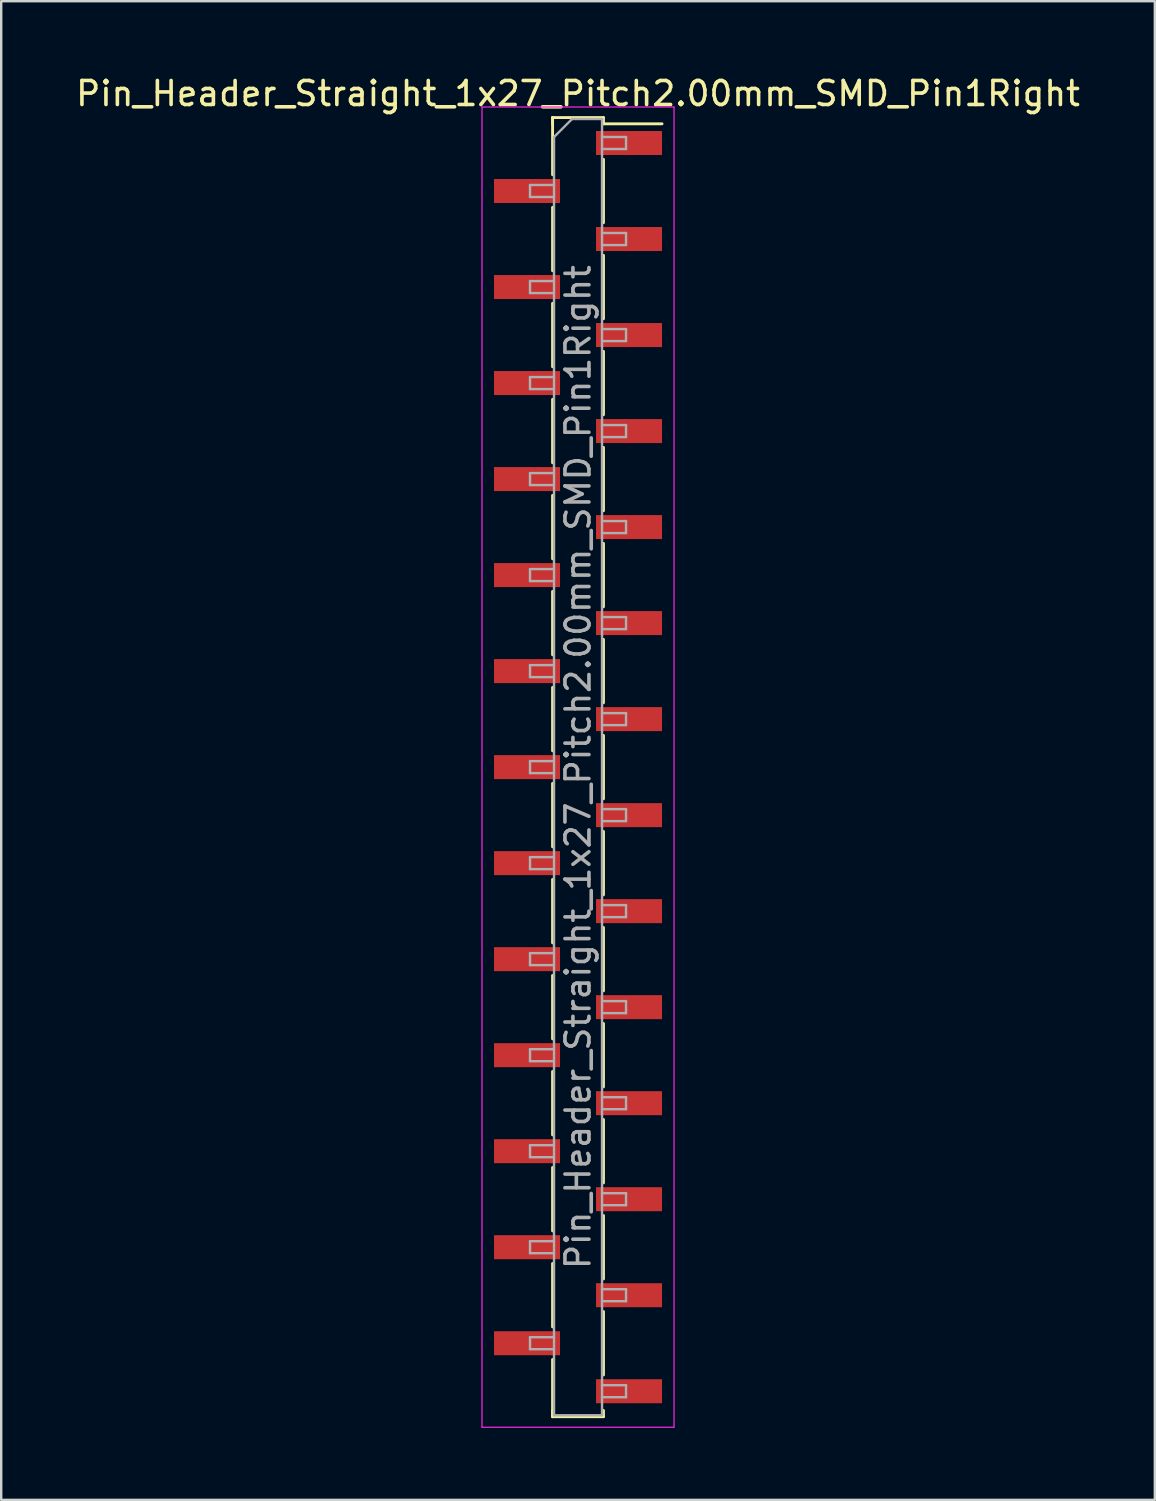
<source format=kicad_pcb>
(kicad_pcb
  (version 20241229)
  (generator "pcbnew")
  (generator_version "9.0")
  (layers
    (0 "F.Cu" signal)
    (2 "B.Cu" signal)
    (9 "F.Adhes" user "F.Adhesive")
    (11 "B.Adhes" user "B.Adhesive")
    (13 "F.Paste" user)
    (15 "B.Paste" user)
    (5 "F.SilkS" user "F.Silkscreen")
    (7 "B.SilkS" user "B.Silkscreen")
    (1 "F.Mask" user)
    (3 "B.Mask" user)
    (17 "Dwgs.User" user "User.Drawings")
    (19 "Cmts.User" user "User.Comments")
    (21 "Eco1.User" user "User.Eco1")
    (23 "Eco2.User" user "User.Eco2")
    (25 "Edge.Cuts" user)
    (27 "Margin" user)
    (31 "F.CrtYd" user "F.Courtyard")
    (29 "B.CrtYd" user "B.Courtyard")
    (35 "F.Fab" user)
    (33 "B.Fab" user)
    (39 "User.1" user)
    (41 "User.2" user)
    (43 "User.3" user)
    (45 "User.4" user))
  (footprint "Pin_Header_Straight_1x27_Pitch2.00mm_SMD_Pin1Right"
    (layer "F.Cu")
    (at 21.03 28.908)
    (property "Reference" "Pin_Header_Straight_1x27_Pitch2.00mm_SMD_Pin1Right" (at 0 -28.06 0) (layer "F.SilkS") (effects (font (size 1 1) (thickness 0.15))))
    (attr smd)
    (fp_line (start -1.06 -27.06) (end -1.06 -24.68) (stroke (width 0.12) (type solid)) (layer "F.SilkS"))
    (fp_line (start -1.06 -27.06) (end 1.06 -27.06) (stroke (width 0.12) (type solid)) (layer "F.SilkS"))
    (fp_line (start -1.06 -26.8) (end -1.06 -27.06) (stroke (width 0.12) (type solid)) (layer "F.SilkS"))
    (fp_line (start -1.06 -23.32) (end -1.06 -20.68) (stroke (width 0.12) (type solid)) (layer "F.SilkS"))
    (fp_line (start -1.06 -19.32) (end -1.06 -16.68) (stroke (width 0.12) (type solid)) (layer "F.SilkS"))
    (fp_line (start -1.06 -15.32) (end -1.06 -12.68) (stroke (width 0.12) (type solid)) (layer "F.SilkS"))
    (fp_line (start -1.06 -11.32) (end -1.06 -8.68) (stroke (width 0.12) (type solid)) (layer "F.SilkS"))
    (fp_line (start -1.06 -7.32) (end -1.06 -4.68) (stroke (width 0.12) (type solid)) (layer "F.SilkS"))
    (fp_line (start -1.06 -3.32) (end -1.06 -0.68) (stroke (width 0.12) (type solid)) (layer "F.SilkS"))
    (fp_line (start -1.06 0.68) (end -1.06 3.32) (stroke (width 0.12) (type solid)) (layer "F.SilkS"))
    (fp_line (start -1.06 4.68) (end -1.06 7.32) (stroke (width 0.12) (type solid)) (layer "F.SilkS"))
    (fp_line (start -1.06 8.68) (end -1.06 11.32) (stroke (width 0.12) (type solid)) (layer "F.SilkS"))
    (fp_line (start -1.06 12.68) (end -1.06 15.32) (stroke (width 0.12) (type solid)) (layer "F.SilkS"))
    (fp_line (start -1.06 16.68) (end -1.06 19.32) (stroke (width 0.12) (type solid)) (layer "F.SilkS"))
    (fp_line (start -1.06 20.68) (end -1.06 23.32) (stroke (width 0.12) (type solid)) (layer "F.SilkS"))
    (fp_line (start -1.06 24.68) (end -1.06 27.06) (stroke (width 0.12) (type solid)) (layer "F.SilkS"))
    (fp_line (start -1.06 26.8) (end -1.06 27.06) (stroke (width 0.12) (type solid)) (layer "F.SilkS"))
    (fp_line (start -1.06 27.06) (end 1.06 27.06) (stroke (width 0.12) (type solid)) (layer "F.SilkS"))
    (fp_line (start 1.06 -27.06) (end 1.06 -26.8) (stroke (width 0.12) (type solid)) (layer "F.SilkS"))
    (fp_line (start 1.06 -26.8) (end 3.5 -26.8) (stroke (width 0.12) (type solid)) (layer "F.SilkS"))
    (fp_line (start 1.06 -25.32) (end 1.06 -22.68) (stroke (width 0.12) (type solid)) (layer "F.SilkS"))
    (fp_line (start 1.06 -21.32) (end 1.06 -18.68) (stroke (width 0.12) (type solid)) (layer "F.SilkS"))
    (fp_line (start 1.06 -17.32) (end 1.06 -14.68) (stroke (width 0.12) (type solid)) (layer "F.SilkS"))
    (fp_line (start 1.06 -13.32) (end 1.06 -10.68) (stroke (width 0.12) (type solid)) (layer "F.SilkS"))
    (fp_line (start 1.06 -9.32) (end 1.06 -6.68) (stroke (width 0.12) (type solid)) (layer "F.SilkS"))
    (fp_line (start 1.06 -5.32) (end 1.06 -2.68) (stroke (width 0.12) (type solid)) (layer "F.SilkS"))
    (fp_line (start 1.06 -1.32) (end 1.06 1.32) (stroke (width 0.12) (type solid)) (layer "F.SilkS"))
    (fp_line (start 1.06 2.68) (end 1.06 5.32) (stroke (width 0.12) (type solid)) (layer "F.SilkS"))
    (fp_line (start 1.06 6.68) (end 1.06 9.32) (stroke (width 0.12) (type solid)) (layer "F.SilkS"))
    (fp_line (start 1.06 10.68) (end 1.06 13.32) (stroke (width 0.12) (type solid)) (layer "F.SilkS"))
    (fp_line (start 1.06 14.68) (end 1.06 17.32) (stroke (width 0.12) (type solid)) (layer "F.SilkS"))
    (fp_line (start 1.06 18.68) (end 1.06 21.32) (stroke (width 0.12) (type solid)) (layer "F.SilkS"))
    (fp_line (start 1.06 22.68) (end 1.06 25.32) (stroke (width 0.12) (type solid)) (layer "F.SilkS"))
    (fp_line (start 1.06 27.06) (end 1.06 26.8) (stroke (width 0.12) (type solid)) (layer "F.SilkS"))
    (fp_line (start -4 -27.5) (end -4 27.5) (stroke (width 0.05) (type solid)) (layer "F.CrtYd"))
    (fp_line (start -4 27.5) (end 4 27.5) (stroke (width 0.05) (type solid)) (layer "F.CrtYd"))
    (fp_line (start 4 -27.5) (end -4 -27.5) (stroke (width 0.05) (type solid)) (layer "F.CrtYd"))
    (fp_line (start 4 27.5) (end 4 -27.5) (stroke (width 0.05) (type solid)) (layer "F.CrtYd"))
    (fp_line (start -2 -24.25) (end -2 -23.75) (stroke (width 0.1) (type solid)) (layer "F.Fab"))
    (fp_line (start -2 -23.75) (end -1 -23.75) (stroke (width 0.1) (type solid)) (layer "F.Fab"))
    (fp_line (start -2 -20.25) (end -2 -19.75) (stroke (width 0.1) (type solid)) (layer "F.Fab"))
    (fp_line (start -2 -19.75) (end -1 -19.75) (stroke (width 0.1) (type solid)) (layer "F.Fab"))
    (fp_line (start -2 -16.25) (end -2 -15.75) (stroke (width 0.1) (type solid)) (layer "F.Fab"))
    (fp_line (start -2 -15.75) (end -1 -15.75) (stroke (width 0.1) (type solid)) (layer "F.Fab"))
    (fp_line (start -2 -12.25) (end -2 -11.75) (stroke (width 0.1) (type solid)) (layer "F.Fab"))
    (fp_line (start -2 -11.75) (end -1 -11.75) (stroke (width 0.1) (type solid)) (layer "F.Fab"))
    (fp_line (start -2 -8.25) (end -2 -7.75) (stroke (width 0.1) (type solid)) (layer "F.Fab"))
    (fp_line (start -2 -7.75) (end -1 -7.75) (stroke (width 0.1) (type solid)) (layer "F.Fab"))
    (fp_line (start -2 -4.25) (end -2 -3.75) (stroke (width 0.1) (type solid)) (layer "F.Fab"))
    (fp_line (start -2 -3.75) (end -1 -3.75) (stroke (width 0.1) (type solid)) (layer "F.Fab"))
    (fp_line (start -2 -0.25) (end -2 0.25) (stroke (width 0.1) (type solid)) (layer "F.Fab"))
    (fp_line (start -2 0.25) (end -1 0.25) (stroke (width 0.1) (type solid)) (layer "F.Fab"))
    (fp_line (start -2 3.75) (end -2 4.25) (stroke (width 0.1) (type solid)) (layer "F.Fab"))
    (fp_line (start -2 4.25) (end -1 4.25) (stroke (width 0.1) (type solid)) (layer "F.Fab"))
    (fp_line (start -2 7.75) (end -2 8.25) (stroke (width 0.1) (type solid)) (layer "F.Fab"))
    (fp_line (start -2 8.25) (end -1 8.25) (stroke (width 0.1) (type solid)) (layer "F.Fab"))
    (fp_line (start -2 11.75) (end -2 12.25) (stroke (width 0.1) (type solid)) (layer "F.Fab"))
    (fp_line (start -2 12.25) (end -1 12.25) (stroke (width 0.1) (type solid)) (layer "F.Fab"))
    (fp_line (start -2 15.75) (end -2 16.25) (stroke (width 0.1) (type solid)) (layer "F.Fab"))
    (fp_line (start -2 16.25) (end -1 16.25) (stroke (width 0.1) (type solid)) (layer "F.Fab"))
    (fp_line (start -2 19.75) (end -2 20.25) (stroke (width 0.1) (type solid)) (layer "F.Fab"))
    (fp_line (start -2 20.25) (end -1 20.25) (stroke (width 0.1) (type solid)) (layer "F.Fab"))
    (fp_line (start -2 23.75) (end -2 24.25) (stroke (width 0.1) (type solid)) (layer "F.Fab"))
    (fp_line (start -2 24.25) (end -1 24.25) (stroke (width 0.1) (type solid)) (layer "F.Fab"))
    (fp_line (start -1 -26.25) (end -0.25 -27) (stroke (width 0.1) (type solid)) (layer "F.Fab"))
    (fp_line (start -1 -24.25) (end -2 -24.25) (stroke (width 0.1) (type solid)) (layer "F.Fab"))
    (fp_line (start -1 -20.25) (end -2 -20.25) (stroke (width 0.1) (type solid)) (layer "F.Fab"))
    (fp_line (start -1 -16.25) (end -2 -16.25) (stroke (width 0.1) (type solid)) (layer "F.Fab"))
    (fp_line (start -1 -12.25) (end -2 -12.25) (stroke (width 0.1) (type solid)) (layer "F.Fab"))
    (fp_line (start -1 -8.25) (end -2 -8.25) (stroke (width 0.1) (type solid)) (layer "F.Fab"))
    (fp_line (start -1 -4.25) (end -2 -4.25) (stroke (width 0.1) (type solid)) (layer "F.Fab"))
    (fp_line (start -1 -0.25) (end -2 -0.25) (stroke (width 0.1) (type solid)) (layer "F.Fab"))
    (fp_line (start -1 3.75) (end -2 3.75) (stroke (width 0.1) (type solid)) (layer "F.Fab"))
    (fp_line (start -1 7.75) (end -2 7.75) (stroke (width 0.1) (type solid)) (layer "F.Fab"))
    (fp_line (start -1 11.75) (end -2 11.75) (stroke (width 0.1) (type solid)) (layer "F.Fab"))
    (fp_line (start -1 15.75) (end -2 15.75) (stroke (width 0.1) (type solid)) (layer "F.Fab"))
    (fp_line (start -1 19.75) (end -2 19.75) (stroke (width 0.1) (type solid)) (layer "F.Fab"))
    (fp_line (start -1 23.75) (end -2 23.75) (stroke (width 0.1) (type solid)) (layer "F.Fab"))
    (fp_line (start -1 27) (end -1 -26.25) (stroke (width 0.1) (type solid)) (layer "F.Fab"))
    (fp_line (start -0.25 -27) (end 1 -27) (stroke (width 0.1) (type solid)) (layer "F.Fab"))
    (fp_line (start 1 -27) (end 1 27) (stroke (width 0.1) (type solid)) (layer "F.Fab"))
    (fp_line (start 1 -26.25) (end 2 -26.25) (stroke (width 0.1) (type solid)) (layer "F.Fab"))
    (fp_line (start 1 -22.25) (end 2 -22.25) (stroke (width 0.1) (type solid)) (layer "F.Fab"))
    (fp_line (start 1 -18.25) (end 2 -18.25) (stroke (width 0.1) (type solid)) (layer "F.Fab"))
    (fp_line (start 1 -14.25) (end 2 -14.25) (stroke (width 0.1) (type solid)) (layer "F.Fab"))
    (fp_line (start 1 -10.25) (end 2 -10.25) (stroke (width 0.1) (type solid)) (layer "F.Fab"))
    (fp_line (start 1 -6.25) (end 2 -6.25) (stroke (width 0.1) (type solid)) (layer "F.Fab"))
    (fp_line (start 1 -2.25) (end 2 -2.25) (stroke (width 0.1) (type solid)) (layer "F.Fab"))
    (fp_line (start 1 1.75) (end 2 1.75) (stroke (width 0.1) (type solid)) (layer "F.Fab"))
    (fp_line (start 1 5.75) (end 2 5.75) (stroke (width 0.1) (type solid)) (layer "F.Fab"))
    (fp_line (start 1 9.75) (end 2 9.75) (stroke (width 0.1) (type solid)) (layer "F.Fab"))
    (fp_line (start 1 13.75) (end 2 13.75) (stroke (width 0.1) (type solid)) (layer "F.Fab"))
    (fp_line (start 1 17.75) (end 2 17.75) (stroke (width 0.1) (type solid)) (layer "F.Fab"))
    (fp_line (start 1 21.75) (end 2 21.75) (stroke (width 0.1) (type solid)) (layer "F.Fab"))
    (fp_line (start 1 25.75) (end 2 25.75) (stroke (width 0.1) (type solid)) (layer "F.Fab"))
    (fp_line (start 1 27) (end -1 27) (stroke (width 0.1) (type solid)) (layer "F.Fab"))
    (fp_line (start 2 -26.25) (end 2 -25.75) (stroke (width 0.1) (type solid)) (layer "F.Fab"))
    (fp_line (start 2 -25.75) (end 1 -25.75) (stroke (width 0.1) (type solid)) (layer "F.Fab"))
    (fp_line (start 2 -22.25) (end 2 -21.75) (stroke (width 0.1) (type solid)) (layer "F.Fab"))
    (fp_line (start 2 -21.75) (end 1 -21.75) (stroke (width 0.1) (type solid)) (layer "F.Fab"))
    (fp_line (start 2 -18.25) (end 2 -17.75) (stroke (width 0.1) (type solid)) (layer "F.Fab"))
    (fp_line (start 2 -17.75) (end 1 -17.75) (stroke (width 0.1) (type solid)) (layer "F.Fab"))
    (fp_line (start 2 -14.25) (end 2 -13.75) (stroke (width 0.1) (type solid)) (layer "F.Fab"))
    (fp_line (start 2 -13.75) (end 1 -13.75) (stroke (width 0.1) (type solid)) (layer "F.Fab"))
    (fp_line (start 2 -10.25) (end 2 -9.75) (stroke (width 0.1) (type solid)) (layer "F.Fab"))
    (fp_line (start 2 -9.75) (end 1 -9.75) (stroke (width 0.1) (type solid)) (layer "F.Fab"))
    (fp_line (start 2 -6.25) (end 2 -5.75) (stroke (width 0.1) (type solid)) (layer "F.Fab"))
    (fp_line (start 2 -5.75) (end 1 -5.75) (stroke (width 0.1) (type solid)) (layer "F.Fab"))
    (fp_line (start 2 -2.25) (end 2 -1.75) (stroke (width 0.1) (type solid)) (layer "F.Fab"))
    (fp_line (start 2 -1.75) (end 1 -1.75) (stroke (width 0.1) (type solid)) (layer "F.Fab"))
    (fp_line (start 2 1.75) (end 2 2.25) (stroke (width 0.1) (type solid)) (layer "F.Fab"))
    (fp_line (start 2 2.25) (end 1 2.25) (stroke (width 0.1) (type solid)) (layer "F.Fab"))
    (fp_line (start 2 5.75) (end 2 6.25) (stroke (width 0.1) (type solid)) (layer "F.Fab"))
    (fp_line (start 2 6.25) (end 1 6.25) (stroke (width 0.1) (type solid)) (layer "F.Fab"))
    (fp_line (start 2 9.75) (end 2 10.25) (stroke (width 0.1) (type solid)) (layer "F.Fab"))
    (fp_line (start 2 10.25) (end 1 10.25) (stroke (width 0.1) (type solid)) (layer "F.Fab"))
    (fp_line (start 2 13.75) (end 2 14.25) (stroke (width 0.1) (type solid)) (layer "F.Fab"))
    (fp_line (start 2 14.25) (end 1 14.25) (stroke (width 0.1) (type solid)) (layer "F.Fab"))
    (fp_line (start 2 17.75) (end 2 18.25) (stroke (width 0.1) (type solid)) (layer "F.Fab"))
    (fp_line (start 2 18.25) (end 1 18.25) (stroke (width 0.1) (type solid)) (layer "F.Fab"))
    (fp_line (start 2 21.75) (end 2 22.25) (stroke (width 0.1) (type solid)) (layer "F.Fab"))
    (fp_line (start 2 22.25) (end 1 22.25) (stroke (width 0.1) (type solid)) (layer "F.Fab"))
    (fp_line (start 2 25.75) (end 2 26.25) (stroke (width 0.1) (type solid)) (layer "F.Fab"))
    (fp_line (start 2 26.25) (end 1 26.25) (stroke (width 0.1) (type solid)) (layer "F.Fab"))
    (fp_text user "${REFERENCE}" (at 0 0 90) (layer "F.Fab") (effects (font (size 1 1) (thickness 0.15))))
    (pad "1" smd rect (at 2.125 -26) (size 2.75 1) (layers "F.Cu" "F.Mask" "F.Paste"))
    (pad "2" smd rect (at -2.125 -24) (size 2.75 1) (layers "F.Cu" "F.Mask" "F.Paste"))
    (pad "3" smd rect (at 2.125 -22) (size 2.75 1) (layers "F.Cu" "F.Mask" "F.Paste"))
    (pad "4" smd rect (at -2.125 -20) (size 2.75 1) (layers "F.Cu" "F.Mask" "F.Paste"))
    (pad "5" smd rect (at 2.125 -18) (size 2.75 1) (layers "F.Cu" "F.Mask" "F.Paste"))
    (pad "6" smd rect (at -2.125 -16) (size 2.75 1) (layers "F.Cu" "F.Mask" "F.Paste"))
    (pad "7" smd rect (at 2.125 -14) (size 2.75 1) (layers "F.Cu" "F.Mask" "F.Paste"))
    (pad "8" smd rect (at -2.125 -12) (size 2.75 1) (layers "F.Cu" "F.Mask" "F.Paste"))
    (pad "9" smd rect (at 2.125 -10) (size 2.75 1) (layers "F.Cu" "F.Mask" "F.Paste"))
    (pad "10" smd rect (at -2.125 -8) (size 2.75 1) (layers "F.Cu" "F.Mask" "F.Paste"))
    (pad "11" smd rect (at 2.125 -6) (size 2.75 1) (layers "F.Cu" "F.Mask" "F.Paste"))
    (pad "12" smd rect (at -2.125 -4) (size 2.75 1) (layers "F.Cu" "F.Mask" "F.Paste"))
    (pad "13" smd rect (at 2.125 -2) (size 2.75 1) (layers "F.Cu" "F.Mask" "F.Paste"))
    (pad "14" smd rect (at -2.125 0) (size 2.75 1) (layers "F.Cu" "F.Mask" "F.Paste"))
    (pad "15" smd rect (at 2.125 2) (size 2.75 1) (layers "F.Cu" "F.Mask" "F.Paste"))
    (pad "16" smd rect (at -2.125 4) (size 2.75 1) (layers "F.Cu" "F.Mask" "F.Paste"))
    (pad "17" smd rect (at 2.125 6) (size 2.75 1) (layers "F.Cu" "F.Mask" "F.Paste"))
    (pad "18" smd rect (at -2.125 8) (size 2.75 1) (layers "F.Cu" "F.Mask" "F.Paste"))
    (pad "19" smd rect (at 2.125 10) (size 2.75 1) (layers "F.Cu" "F.Mask" "F.Paste"))
    (pad "20" smd rect (at -2.125 12) (size 2.75 1) (layers "F.Cu" "F.Mask" "F.Paste"))
    (pad "21" smd rect (at 2.125 14) (size 2.75 1) (layers "F.Cu" "F.Mask" "F.Paste"))
    (pad "22" smd rect (at -2.125 16) (size 2.75 1) (layers "F.Cu" "F.Mask" "F.Paste"))
    (pad "23" smd rect (at 2.125 18) (size 2.75 1) (layers "F.Cu" "F.Mask" "F.Paste"))
    (pad "24" smd rect (at -2.125 20) (size 2.75 1) (layers "F.Cu" "F.Mask" "F.Paste"))
    (pad "25" smd rect (at 2.125 22) (size 2.75 1) (layers "F.Cu" "F.Mask" "F.Paste"))
    (pad "26" smd rect (at -2.125 24) (size 2.75 1) (layers "F.Cu" "F.Mask" "F.Paste"))
    (pad "27" smd rect (at 2.125 26) (size 2.75 1) (layers "F.Cu" "F.Mask" "F.Paste")))
  (gr_rect
    (start -3 -3)
    (end 45.06 59.433)
    (stroke (width 0.1) (type default))
    (fill no)
    (layer "Edge.Cuts")))
</source>
